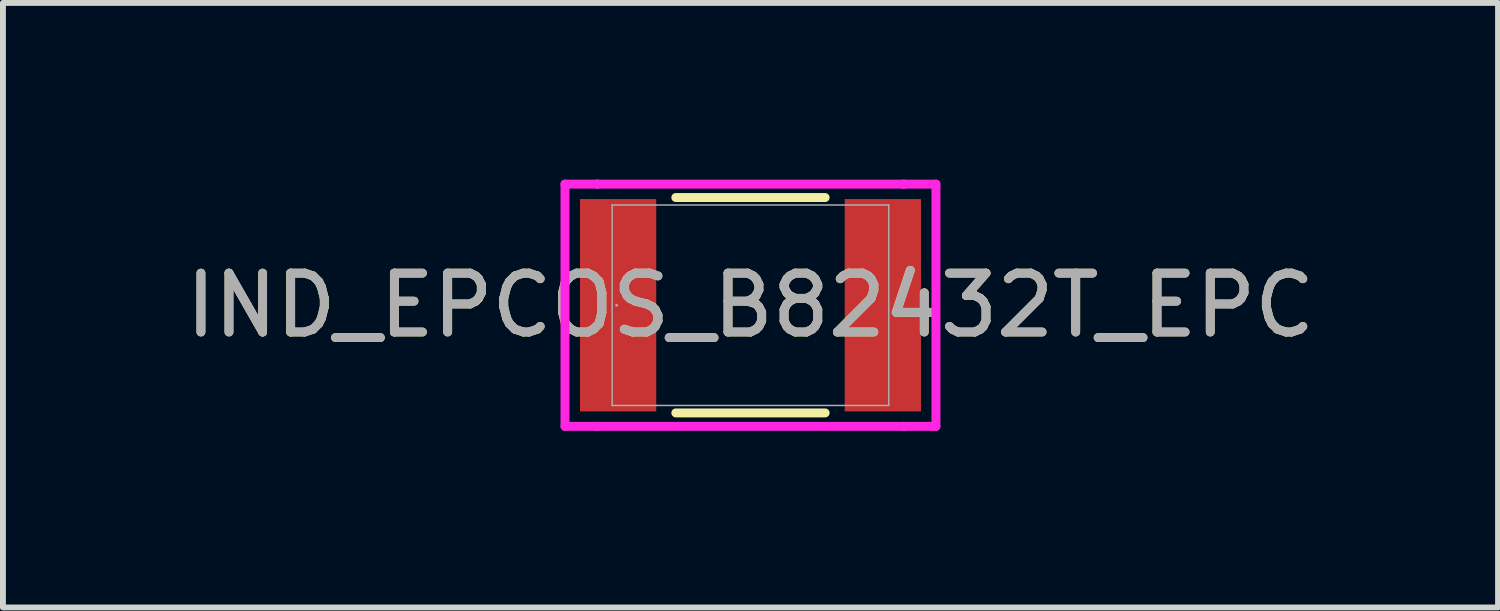
<source format=kicad_pcb>
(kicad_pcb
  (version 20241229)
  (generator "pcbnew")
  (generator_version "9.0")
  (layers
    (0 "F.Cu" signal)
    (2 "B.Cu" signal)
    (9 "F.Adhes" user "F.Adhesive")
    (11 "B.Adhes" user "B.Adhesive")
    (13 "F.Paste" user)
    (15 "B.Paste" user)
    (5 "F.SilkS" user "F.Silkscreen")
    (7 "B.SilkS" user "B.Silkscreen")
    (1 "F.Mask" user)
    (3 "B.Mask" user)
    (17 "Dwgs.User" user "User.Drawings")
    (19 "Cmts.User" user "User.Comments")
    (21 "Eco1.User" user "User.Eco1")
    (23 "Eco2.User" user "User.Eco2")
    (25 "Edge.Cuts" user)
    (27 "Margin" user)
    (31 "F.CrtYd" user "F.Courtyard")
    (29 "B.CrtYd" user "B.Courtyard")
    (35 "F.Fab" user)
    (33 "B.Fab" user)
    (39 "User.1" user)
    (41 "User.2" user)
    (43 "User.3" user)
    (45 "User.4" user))
  (footprint "IND_EPCOS_B82432T_EPC"
    (layer "F.Cu")
    (at 9.696 2.134)
    (property "Reference" "IND_EPCOS_B82432T_EPC" (at 0 0 0) (unlocked yes) (layer "F.SilkS") (effects (font (size 1 1) (thickness 0.15))))
    (attr smd)
    (fp_line (start -1.268 1.829) (end 1.268 1.829) (stroke (width 0.152) (type solid)) (layer "F.SilkS"))
    (fp_line (start 1.268 -1.829) (end -1.268 -1.829) (stroke (width 0.152) (type solid)) (layer "F.SilkS"))
    (fp_line (start -3.15 -2.057) (end -2.603 -2.057) (stroke (width 0.152) (type solid)) (layer "F.CrtYd"))
    (fp_line (start -3.15 2.057) (end -3.15 -2.057) (stroke (width 0.152) (type solid)) (layer "F.CrtYd"))
    (fp_line (start -2.603 -2.057) (end -2.603 -2.057) (stroke (width 0.152) (type solid)) (layer "F.CrtYd"))
    (fp_line (start -2.603 -2.057) (end 2.603 -2.057) (stroke (width 0.152) (type solid)) (layer "F.CrtYd"))
    (fp_line (start -2.603 2.057) (end -3.15 2.057) (stroke (width 0.152) (type solid)) (layer "F.CrtYd"))
    (fp_line (start -2.603 2.057) (end -2.603 2.057) (stroke (width 0.152) (type solid)) (layer "F.CrtYd"))
    (fp_line (start 2.603 -2.057) (end 2.603 -2.057) (stroke (width 0.152) (type solid)) (layer "F.CrtYd"))
    (fp_line (start 2.603 -2.057) (end 3.15 -2.057) (stroke (width 0.152) (type solid)) (layer "F.CrtYd"))
    (fp_line (start 2.603 2.057) (end -2.603 2.057) (stroke (width 0.152) (type solid)) (layer "F.CrtYd"))
    (fp_line (start 2.603 2.057) (end 2.603 2.057) (stroke (width 0.152) (type solid)) (layer "F.CrtYd"))
    (fp_line (start 3.15 -2.057) (end 3.15 2.057) (stroke (width 0.152) (type solid)) (layer "F.CrtYd"))
    (fp_line (start 3.15 2.057) (end 2.603 2.057) (stroke (width 0.152) (type solid)) (layer "F.CrtYd"))
    (fp_line (start -2.349 -1.702) (end -2.349 1.702) (stroke (width 0.025) (type solid)) (layer "F.Fab"))
    (fp_line (start -2.349 1.702) (end 2.349 1.702) (stroke (width 0.025) (type solid)) (layer "F.Fab"))
    (fp_line (start 2.349 -1.702) (end -2.349 -1.702) (stroke (width 0.025) (type solid)) (layer "F.Fab"))
    (fp_line (start 2.349 1.702) (end 2.349 -1.702) (stroke (width 0.025) (type solid)) (layer "F.Fab"))
    (fp_circle (center -2.273 0) (end -2.273 0) (stroke (width 0.025) (type solid)) (fill no) (layer "F.Fab"))
    (fp_text user "${REFERENCE}" (at 0 0 0) (unlocked yes) (layer "F.Fab") (effects (font (size 1 1) (thickness 0.15))))
    (pad "1" smd rect (at -2.248 0) (size 1.295 3.607) (layers "F.Cu" "F.Mask" "F.Paste"))
    (pad "2" smd rect (at 2.248 0) (size 1.295 3.607) (layers "F.Cu" "F.Mask" "F.Paste"))
    (zone (net_name "") (layer "F.Cu") (hatch full 0.508) (connect_pads) (min_thickness 0.254) (filled_areas_thickness no) (keepout (tracks not_allowed) (vias not_allowed) (pads allowed) (copperpour not_allowed) (footprints allowed)) (placement (enabled no)) (fill) (polygon (pts (xy 8.147 0.381) (xy 11.246 0.381) (xy 11.246 3.886) (xy 8.147 3.886)))))
  (gr_rect
    (start -3 -3)
    (end 22.393 7.267)
    (stroke (width 0.1) (type default))
    (fill no)
    (layer "Edge.Cuts")))
</source>
